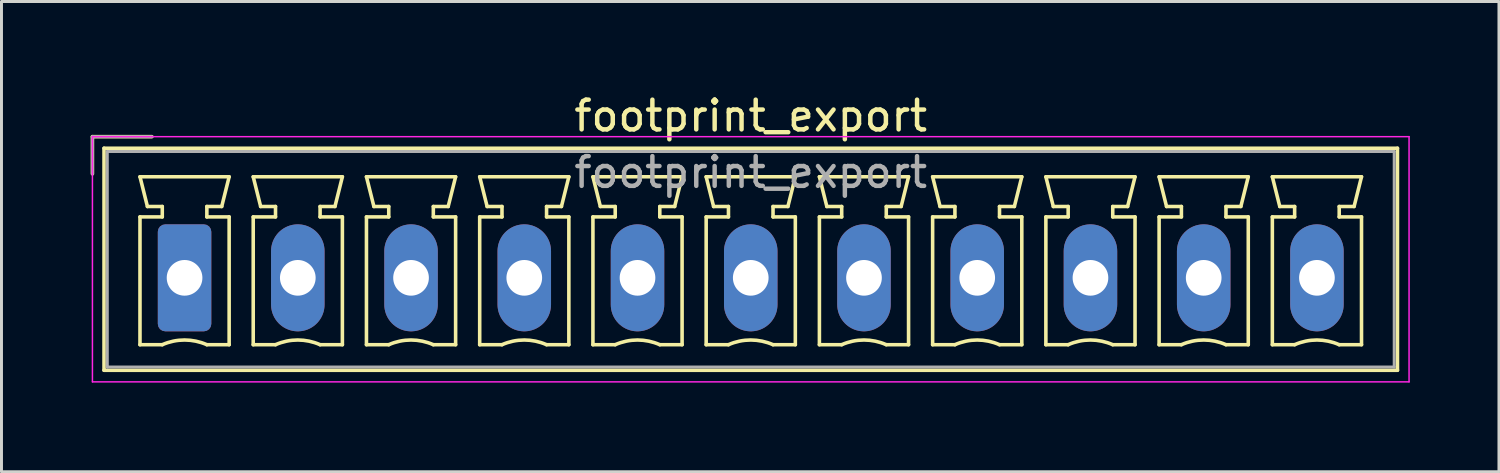
<source format=kicad_pcb>
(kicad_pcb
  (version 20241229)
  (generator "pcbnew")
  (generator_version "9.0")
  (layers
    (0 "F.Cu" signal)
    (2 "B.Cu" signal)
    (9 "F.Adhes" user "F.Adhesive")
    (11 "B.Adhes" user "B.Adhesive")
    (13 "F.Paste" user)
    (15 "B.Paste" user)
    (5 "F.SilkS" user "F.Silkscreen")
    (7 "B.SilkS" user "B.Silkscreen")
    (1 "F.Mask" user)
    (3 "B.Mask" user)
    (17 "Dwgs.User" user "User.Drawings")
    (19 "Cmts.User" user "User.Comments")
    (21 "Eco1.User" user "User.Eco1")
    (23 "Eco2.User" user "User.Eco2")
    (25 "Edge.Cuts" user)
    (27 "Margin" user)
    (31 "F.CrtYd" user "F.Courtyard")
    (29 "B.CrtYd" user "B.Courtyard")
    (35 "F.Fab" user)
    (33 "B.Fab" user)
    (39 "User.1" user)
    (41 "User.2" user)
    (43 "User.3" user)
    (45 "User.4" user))
  (footprint "footprint_export"
    (layer "F.Cu")
    (at 3.16 6.298)
    (property "Reference" "footprint_export" (at 19.05 -5.45 0) (layer "F.SilkS") (effects (font (size 1 1) (thickness 0.15))))
    (attr through_hole)
    (fp_line (start -3.1 -4.75) (end -1.1 -4.75) (stroke (width 0.12) (type solid)) (layer "F.SilkS"))
    (fp_line (start -3.1 -3.5) (end -3.1 -4.75) (stroke (width 0.12) (type solid)) (layer "F.SilkS"))
    (fp_line (start -2.71 -4.36) (end -2.71 3.11) (stroke (width 0.12) (type solid)) (layer "F.SilkS"))
    (fp_line (start -2.71 3.11) (end 40.81 3.11) (stroke (width 0.12) (type solid)) (layer "F.SilkS"))
    (fp_line (start -1.5 -3.4) (end 1.5 -3.4) (stroke (width 0.12) (type solid)) (layer "F.SilkS"))
    (fp_line (start -1.5 -2.05) (end -0.75 -2.05) (stroke (width 0.12) (type solid)) (layer "F.SilkS"))
    (fp_line (start -1.5 2.25) (end -1.5 -2.05) (stroke (width 0.12) (type solid)) (layer "F.SilkS"))
    (fp_line (start -1.25 -2.4) (end -1.5 -3.4) (stroke (width 0.12) (type solid)) (layer "F.SilkS"))
    (fp_line (start -0.75 -2.4) (end -1.25 -2.4) (stroke (width 0.12) (type solid)) (layer "F.SilkS"))
    (fp_line (start -0.75 -2.05) (end -0.75 -2.4) (stroke (width 0.12) (type solid)) (layer "F.SilkS"))
    (fp_line (start -0.75 2.25) (end -1.5 2.25) (stroke (width 0.12) (type solid)) (layer "F.SilkS"))
    (fp_line (start 0.75 -2.4) (end 0.75 -2.05) (stroke (width 0.12) (type solid)) (layer "F.SilkS"))
    (fp_line (start 0.75 -2.05) (end 1.5 -2.05) (stroke (width 0.12) (type solid)) (layer "F.SilkS"))
    (fp_line (start 1.25 -2.4) (end 0.75 -2.4) (stroke (width 0.12) (type solid)) (layer "F.SilkS"))
    (fp_line (start 1.5 -3.4) (end 1.25 -2.4) (stroke (width 0.12) (type solid)) (layer "F.SilkS"))
    (fp_line (start 1.5 -2.05) (end 1.5 2.25) (stroke (width 0.12) (type solid)) (layer "F.SilkS"))
    (fp_line (start 1.5 2.25) (end 0.75 2.25) (stroke (width 0.12) (type solid)) (layer "F.SilkS"))
    (fp_line (start 2.31 -3.4) (end 5.31 -3.4) (stroke (width 0.12) (type solid)) (layer "F.SilkS"))
    (fp_line (start 2.31 -2.05) (end 3.06 -2.05) (stroke (width 0.12) (type solid)) (layer "F.SilkS"))
    (fp_line (start 2.31 2.25) (end 2.31 -2.05) (stroke (width 0.12) (type solid)) (layer "F.SilkS"))
    (fp_line (start 2.56 -2.4) (end 2.31 -3.4) (stroke (width 0.12) (type solid)) (layer "F.SilkS"))
    (fp_line (start 3.06 -2.4) (end 2.56 -2.4) (stroke (width 0.12) (type solid)) (layer "F.SilkS"))
    (fp_line (start 3.06 -2.05) (end 3.06 -2.4) (stroke (width 0.12) (type solid)) (layer "F.SilkS"))
    (fp_line (start 3.06 2.25) (end 2.31 2.25) (stroke (width 0.12) (type solid)) (layer "F.SilkS"))
    (fp_line (start 4.56 -2.4) (end 4.56 -2.05) (stroke (width 0.12) (type solid)) (layer "F.SilkS"))
    (fp_line (start 4.56 -2.05) (end 5.31 -2.05) (stroke (width 0.12) (type solid)) (layer "F.SilkS"))
    (fp_line (start 5.06 -2.4) (end 4.56 -2.4) (stroke (width 0.12) (type solid)) (layer "F.SilkS"))
    (fp_line (start 5.31 -3.4) (end 5.06 -2.4) (stroke (width 0.12) (type solid)) (layer "F.SilkS"))
    (fp_line (start 5.31 -2.05) (end 5.31 2.25) (stroke (width 0.12) (type solid)) (layer "F.SilkS"))
    (fp_line (start 5.31 2.25) (end 4.56 2.25) (stroke (width 0.12) (type solid)) (layer "F.SilkS"))
    (fp_line (start 6.12 -3.4) (end 9.12 -3.4) (stroke (width 0.12) (type solid)) (layer "F.SilkS"))
    (fp_line (start 6.12 -2.05) (end 6.87 -2.05) (stroke (width 0.12) (type solid)) (layer "F.SilkS"))
    (fp_line (start 6.12 2.25) (end 6.12 -2.05) (stroke (width 0.12) (type solid)) (layer "F.SilkS"))
    (fp_line (start 6.37 -2.4) (end 6.12 -3.4) (stroke (width 0.12) (type solid)) (layer "F.SilkS"))
    (fp_line (start 6.87 -2.4) (end 6.37 -2.4) (stroke (width 0.12) (type solid)) (layer "F.SilkS"))
    (fp_line (start 6.87 -2.05) (end 6.87 -2.4) (stroke (width 0.12) (type solid)) (layer "F.SilkS"))
    (fp_line (start 6.87 2.25) (end 6.12 2.25) (stroke (width 0.12) (type solid)) (layer "F.SilkS"))
    (fp_line (start 8.37 -2.4) (end 8.37 -2.05) (stroke (width 0.12) (type solid)) (layer "F.SilkS"))
    (fp_line (start 8.37 -2.05) (end 9.12 -2.05) (stroke (width 0.12) (type solid)) (layer "F.SilkS"))
    (fp_line (start 8.87 -2.4) (end 8.37 -2.4) (stroke (width 0.12) (type solid)) (layer "F.SilkS"))
    (fp_line (start 9.12 -3.4) (end 8.87 -2.4) (stroke (width 0.12) (type solid)) (layer "F.SilkS"))
    (fp_line (start 9.12 -2.05) (end 9.12 2.25) (stroke (width 0.12) (type solid)) (layer "F.SilkS"))
    (fp_line (start 9.12 2.25) (end 8.37 2.25) (stroke (width 0.12) (type solid)) (layer "F.SilkS"))
    (fp_line (start 9.93 -3.4) (end 12.93 -3.4) (stroke (width 0.12) (type solid)) (layer "F.SilkS"))
    (fp_line (start 9.93 -2.05) (end 10.68 -2.05) (stroke (width 0.12) (type solid)) (layer "F.SilkS"))
    (fp_line (start 9.93 2.25) (end 9.93 -2.05) (stroke (width 0.12) (type solid)) (layer "F.SilkS"))
    (fp_line (start 10.18 -2.4) (end 9.93 -3.4) (stroke (width 0.12) (type solid)) (layer "F.SilkS"))
    (fp_line (start 10.68 -2.4) (end 10.18 -2.4) (stroke (width 0.12) (type solid)) (layer "F.SilkS"))
    (fp_line (start 10.68 -2.05) (end 10.68 -2.4) (stroke (width 0.12) (type solid)) (layer "F.SilkS"))
    (fp_line (start 10.68 2.25) (end 9.93 2.25) (stroke (width 0.12) (type solid)) (layer "F.SilkS"))
    (fp_line (start 12.18 -2.4) (end 12.18 -2.05) (stroke (width 0.12) (type solid)) (layer "F.SilkS"))
    (fp_line (start 12.18 -2.05) (end 12.93 -2.05) (stroke (width 0.12) (type solid)) (layer "F.SilkS"))
    (fp_line (start 12.68 -2.4) (end 12.18 -2.4) (stroke (width 0.12) (type solid)) (layer "F.SilkS"))
    (fp_line (start 12.93 -3.4) (end 12.68 -2.4) (stroke (width 0.12) (type solid)) (layer "F.SilkS"))
    (fp_line (start 12.93 -2.05) (end 12.93 2.25) (stroke (width 0.12) (type solid)) (layer "F.SilkS"))
    (fp_line (start 12.93 2.25) (end 12.18 2.25) (stroke (width 0.12) (type solid)) (layer "F.SilkS"))
    (fp_line (start 13.74 -3.4) (end 16.74 -3.4) (stroke (width 0.12) (type solid)) (layer "F.SilkS"))
    (fp_line (start 13.74 -2.05) (end 14.49 -2.05) (stroke (width 0.12) (type solid)) (layer "F.SilkS"))
    (fp_line (start 13.74 2.25) (end 13.74 -2.05) (stroke (width 0.12) (type solid)) (layer "F.SilkS"))
    (fp_line (start 13.99 -2.4) (end 13.74 -3.4) (stroke (width 0.12) (type solid)) (layer "F.SilkS"))
    (fp_line (start 14.49 -2.4) (end 13.99 -2.4) (stroke (width 0.12) (type solid)) (layer "F.SilkS"))
    (fp_line (start 14.49 -2.05) (end 14.49 -2.4) (stroke (width 0.12) (type solid)) (layer "F.SilkS"))
    (fp_line (start 14.49 2.25) (end 13.74 2.25) (stroke (width 0.12) (type solid)) (layer "F.SilkS"))
    (fp_line (start 15.99 -2.4) (end 15.99 -2.05) (stroke (width 0.12) (type solid)) (layer "F.SilkS"))
    (fp_line (start 15.99 -2.05) (end 16.74 -2.05) (stroke (width 0.12) (type solid)) (layer "F.SilkS"))
    (fp_line (start 16.49 -2.4) (end 15.99 -2.4) (stroke (width 0.12) (type solid)) (layer "F.SilkS"))
    (fp_line (start 16.74 -3.4) (end 16.49 -2.4) (stroke (width 0.12) (type solid)) (layer "F.SilkS"))
    (fp_line (start 16.74 -2.05) (end 16.74 2.25) (stroke (width 0.12) (type solid)) (layer "F.SilkS"))
    (fp_line (start 16.74 2.25) (end 15.99 2.25) (stroke (width 0.12) (type solid)) (layer "F.SilkS"))
    (fp_line (start 17.55 -3.4) (end 20.55 -3.4) (stroke (width 0.12) (type solid)) (layer "F.SilkS"))
    (fp_line (start 17.55 -2.05) (end 18.3 -2.05) (stroke (width 0.12) (type solid)) (layer "F.SilkS"))
    (fp_line (start 17.55 2.25) (end 17.55 -2.05) (stroke (width 0.12) (type solid)) (layer "F.SilkS"))
    (fp_line (start 17.8 -2.4) (end 17.55 -3.4) (stroke (width 0.12) (type solid)) (layer "F.SilkS"))
    (fp_line (start 18.3 -2.4) (end 17.8 -2.4) (stroke (width 0.12) (type solid)) (layer "F.SilkS"))
    (fp_line (start 18.3 -2.05) (end 18.3 -2.4) (stroke (width 0.12) (type solid)) (layer "F.SilkS"))
    (fp_line (start 18.3 2.25) (end 17.55 2.25) (stroke (width 0.12) (type solid)) (layer "F.SilkS"))
    (fp_line (start 19.8 -2.4) (end 19.8 -2.05) (stroke (width 0.12) (type solid)) (layer "F.SilkS"))
    (fp_line (start 19.8 -2.05) (end 20.55 -2.05) (stroke (width 0.12) (type solid)) (layer "F.SilkS"))
    (fp_line (start 20.3 -2.4) (end 19.8 -2.4) (stroke (width 0.12) (type solid)) (layer "F.SilkS"))
    (fp_line (start 20.55 -3.4) (end 20.3 -2.4) (stroke (width 0.12) (type solid)) (layer "F.SilkS"))
    (fp_line (start 20.55 -2.05) (end 20.55 2.25) (stroke (width 0.12) (type solid)) (layer "F.SilkS"))
    (fp_line (start 20.55 2.25) (end 19.8 2.25) (stroke (width 0.12) (type solid)) (layer "F.SilkS"))
    (fp_line (start 21.36 -3.4) (end 24.36 -3.4) (stroke (width 0.12) (type solid)) (layer "F.SilkS"))
    (fp_line (start 21.36 -2.05) (end 22.11 -2.05) (stroke (width 0.12) (type solid)) (layer "F.SilkS"))
    (fp_line (start 21.36 2.25) (end 21.36 -2.05) (stroke (width 0.12) (type solid)) (layer "F.SilkS"))
    (fp_line (start 21.61 -2.4) (end 21.36 -3.4) (stroke (width 0.12) (type solid)) (layer "F.SilkS"))
    (fp_line (start 22.11 -2.4) (end 21.61 -2.4) (stroke (width 0.12) (type solid)) (layer "F.SilkS"))
    (fp_line (start 22.11 -2.05) (end 22.11 -2.4) (stroke (width 0.12) (type solid)) (layer "F.SilkS"))
    (fp_line (start 22.11 2.25) (end 21.36 2.25) (stroke (width 0.12) (type solid)) (layer "F.SilkS"))
    (fp_line (start 23.61 -2.4) (end 23.61 -2.05) (stroke (width 0.12) (type solid)) (layer "F.SilkS"))
    (fp_line (start 23.61 -2.05) (end 24.36 -2.05) (stroke (width 0.12) (type solid)) (layer "F.SilkS"))
    (fp_line (start 24.11 -2.4) (end 23.61 -2.4) (stroke (width 0.12) (type solid)) (layer "F.SilkS"))
    (fp_line (start 24.36 -3.4) (end 24.11 -2.4) (stroke (width 0.12) (type solid)) (layer "F.SilkS"))
    (fp_line (start 24.36 -2.05) (end 24.36 2.25) (stroke (width 0.12) (type solid)) (layer "F.SilkS"))
    (fp_line (start 24.36 2.25) (end 23.61 2.25) (stroke (width 0.12) (type solid)) (layer "F.SilkS"))
    (fp_line (start 25.17 -3.4) (end 28.17 -3.4) (stroke (width 0.12) (type solid)) (layer "F.SilkS"))
    (fp_line (start 25.17 -2.05) (end 25.92 -2.05) (stroke (width 0.12) (type solid)) (layer "F.SilkS"))
    (fp_line (start 25.17 2.25) (end 25.17 -2.05) (stroke (width 0.12) (type solid)) (layer "F.SilkS"))
    (fp_line (start 25.42 -2.4) (end 25.17 -3.4) (stroke (width 0.12) (type solid)) (layer "F.SilkS"))
    (fp_line (start 25.92 -2.4) (end 25.42 -2.4) (stroke (width 0.12) (type solid)) (layer "F.SilkS"))
    (fp_line (start 25.92 -2.05) (end 25.92 -2.4) (stroke (width 0.12) (type solid)) (layer "F.SilkS"))
    (fp_line (start 25.92 2.25) (end 25.17 2.25) (stroke (width 0.12) (type solid)) (layer "F.SilkS"))
    (fp_line (start 27.42 -2.4) (end 27.42 -2.05) (stroke (width 0.12) (type solid)) (layer "F.SilkS"))
    (fp_line (start 27.42 -2.05) (end 28.17 -2.05) (stroke (width 0.12) (type solid)) (layer "F.SilkS"))
    (fp_line (start 27.92 -2.4) (end 27.42 -2.4) (stroke (width 0.12) (type solid)) (layer "F.SilkS"))
    (fp_line (start 28.17 -3.4) (end 27.92 -2.4) (stroke (width 0.12) (type solid)) (layer "F.SilkS"))
    (fp_line (start 28.17 -2.05) (end 28.17 2.25) (stroke (width 0.12) (type solid)) (layer "F.SilkS"))
    (fp_line (start 28.17 2.25) (end 27.42 2.25) (stroke (width 0.12) (type solid)) (layer "F.SilkS"))
    (fp_line (start 28.98 -3.4) (end 31.98 -3.4) (stroke (width 0.12) (type solid)) (layer "F.SilkS"))
    (fp_line (start 28.98 -2.05) (end 29.73 -2.05) (stroke (width 0.12) (type solid)) (layer "F.SilkS"))
    (fp_line (start 28.98 2.25) (end 28.98 -2.05) (stroke (width 0.12) (type solid)) (layer "F.SilkS"))
    (fp_line (start 29.23 -2.4) (end 28.98 -3.4) (stroke (width 0.12) (type solid)) (layer "F.SilkS"))
    (fp_line (start 29.73 -2.4) (end 29.23 -2.4) (stroke (width 0.12) (type solid)) (layer "F.SilkS"))
    (fp_line (start 29.73 -2.05) (end 29.73 -2.4) (stroke (width 0.12) (type solid)) (layer "F.SilkS"))
    (fp_line (start 29.73 2.25) (end 28.98 2.25) (stroke (width 0.12) (type solid)) (layer "F.SilkS"))
    (fp_line (start 31.23 -2.4) (end 31.23 -2.05) (stroke (width 0.12) (type solid)) (layer "F.SilkS"))
    (fp_line (start 31.23 -2.05) (end 31.98 -2.05) (stroke (width 0.12) (type solid)) (layer "F.SilkS"))
    (fp_line (start 31.73 -2.4) (end 31.23 -2.4) (stroke (width 0.12) (type solid)) (layer "F.SilkS"))
    (fp_line (start 31.98 -3.4) (end 31.73 -2.4) (stroke (width 0.12) (type solid)) (layer "F.SilkS"))
    (fp_line (start 31.98 -2.05) (end 31.98 2.25) (stroke (width 0.12) (type solid)) (layer "F.SilkS"))
    (fp_line (start 31.98 2.25) (end 31.23 2.25) (stroke (width 0.12) (type solid)) (layer "F.SilkS"))
    (fp_line (start 32.79 -3.4) (end 35.79 -3.4) (stroke (width 0.12) (type solid)) (layer "F.SilkS"))
    (fp_line (start 32.79 -2.05) (end 33.54 -2.05) (stroke (width 0.12) (type solid)) (layer "F.SilkS"))
    (fp_line (start 32.79 2.25) (end 32.79 -2.05) (stroke (width 0.12) (type solid)) (layer "F.SilkS"))
    (fp_line (start 33.04 -2.4) (end 32.79 -3.4) (stroke (width 0.12) (type solid)) (layer "F.SilkS"))
    (fp_line (start 33.54 -2.4) (end 33.04 -2.4) (stroke (width 0.12) (type solid)) (layer "F.SilkS"))
    (fp_line (start 33.54 -2.05) (end 33.54 -2.4) (stroke (width 0.12) (type solid)) (layer "F.SilkS"))
    (fp_line (start 33.54 2.25) (end 32.79 2.25) (stroke (width 0.12) (type solid)) (layer "F.SilkS"))
    (fp_line (start 35.04 -2.4) (end 35.04 -2.05) (stroke (width 0.12) (type solid)) (layer "F.SilkS"))
    (fp_line (start 35.04 -2.05) (end 35.79 -2.05) (stroke (width 0.12) (type solid)) (layer "F.SilkS"))
    (fp_line (start 35.54 -2.4) (end 35.04 -2.4) (stroke (width 0.12) (type solid)) (layer "F.SilkS"))
    (fp_line (start 35.79 -3.4) (end 35.54 -2.4) (stroke (width 0.12) (type solid)) (layer "F.SilkS"))
    (fp_line (start 35.79 -2.05) (end 35.79 2.25) (stroke (width 0.12) (type solid)) (layer "F.SilkS"))
    (fp_line (start 35.79 2.25) (end 35.04 2.25) (stroke (width 0.12) (type solid)) (layer "F.SilkS"))
    (fp_line (start 36.6 -3.4) (end 39.6 -3.4) (stroke (width 0.12) (type solid)) (layer "F.SilkS"))
    (fp_line (start 36.6 -2.05) (end 37.35 -2.05) (stroke (width 0.12) (type solid)) (layer "F.SilkS"))
    (fp_line (start 36.6 2.25) (end 36.6 -2.05) (stroke (width 0.12) (type solid)) (layer "F.SilkS"))
    (fp_line (start 36.85 -2.4) (end 36.6 -3.4) (stroke (width 0.12) (type solid)) (layer "F.SilkS"))
    (fp_line (start 37.35 -2.4) (end 36.85 -2.4) (stroke (width 0.12) (type solid)) (layer "F.SilkS"))
    (fp_line (start 37.35 -2.05) (end 37.35 -2.4) (stroke (width 0.12) (type solid)) (layer "F.SilkS"))
    (fp_line (start 37.35 2.25) (end 36.6 2.25) (stroke (width 0.12) (type solid)) (layer "F.SilkS"))
    (fp_line (start 38.85 -2.4) (end 38.85 -2.05) (stroke (width 0.12) (type solid)) (layer "F.SilkS"))
    (fp_line (start 38.85 -2.05) (end 39.6 -2.05) (stroke (width 0.12) (type solid)) (layer "F.SilkS"))
    (fp_line (start 39.35 -2.4) (end 38.85 -2.4) (stroke (width 0.12) (type solid)) (layer "F.SilkS"))
    (fp_line (start 39.6 -3.4) (end 39.35 -2.4) (stroke (width 0.12) (type solid)) (layer "F.SilkS"))
    (fp_line (start 39.6 -2.05) (end 39.6 2.25) (stroke (width 0.12) (type solid)) (layer "F.SilkS"))
    (fp_line (start 39.6 2.25) (end 38.85 2.25) (stroke (width 0.12) (type solid)) (layer "F.SilkS"))
    (fp_line (start 40.81 -4.36) (end -2.71 -4.36) (stroke (width 0.12) (type solid)) (layer "F.SilkS"))
    (fp_line (start 40.81 3.11) (end 40.81 -4.36) (stroke (width 0.12) (type solid)) (layer "F.SilkS"))
    (fp_arc (start -0.75 2.25) (mid -0.000193 2.09191) (end 0.749647 2.249844) (stroke (width 0.12) (type solid)) (layer "F.SilkS"))
    (fp_arc (start 3.06 2.25) (mid 3.809807 2.09191) (end 4.559647 2.249844) (stroke (width 0.12) (type solid)) (layer "F.SilkS"))
    (fp_arc (start 6.87 2.25) (mid 7.619807 2.09191) (end 8.369647 2.249844) (stroke (width 0.12) (type solid)) (layer "F.SilkS"))
    (fp_arc (start 10.68 2.25) (mid 11.429807 2.09191) (end 12.179647 2.249844) (stroke (width 0.12) (type solid)) (layer "F.SilkS"))
    (fp_arc (start 14.49 2.25) (mid 15.239807 2.09191) (end 15.989647 2.249844) (stroke (width 0.12) (type solid)) (layer "F.SilkS"))
    (fp_arc (start 18.3 2.25) (mid 19.049807 2.09191) (end 19.799647 2.249844) (stroke (width 0.12) (type solid)) (layer "F.SilkS"))
    (fp_arc (start 22.11 2.25) (mid 22.859807 2.09191) (end 23.609647 2.249844) (stroke (width 0.12) (type solid)) (layer "F.SilkS"))
    (fp_arc (start 25.92 2.25) (mid 26.669807 2.09191) (end 27.419647 2.249844) (stroke (width 0.12) (type solid)) (layer "F.SilkS"))
    (fp_arc (start 29.73 2.25) (mid 30.479807 2.09191) (end 31.229647 2.249844) (stroke (width 0.12) (type solid)) (layer "F.SilkS"))
    (fp_arc (start 33.54 2.25) (mid 34.289807 2.09191) (end 35.039647 2.249844) (stroke (width 0.12) (type solid)) (layer "F.SilkS"))
    (fp_arc (start 37.35 2.25) (mid 38.099807 2.09191) (end 38.849647 2.249844) (stroke (width 0.12) (type solid)) (layer "F.SilkS"))
    (fp_line (start -3.1 -4.75) (end -3.1 3.5) (stroke (width 0.05) (type solid)) (layer "F.CrtYd"))
    (fp_line (start -3.1 3.5) (end 41.2 3.5) (stroke (width 0.05) (type solid)) (layer "F.CrtYd"))
    (fp_line (start 41.2 -4.75) (end -3.1 -4.75) (stroke (width 0.05) (type solid)) (layer "F.CrtYd"))
    (fp_line (start 41.2 3.5) (end 41.2 -4.75) (stroke (width 0.05) (type solid)) (layer "F.CrtYd"))
    (fp_line (start -3.1 -4.75) (end -1.1 -4.75) (stroke (width 0.1) (type solid)) (layer "F.Fab"))
    (fp_line (start -3.1 -3.5) (end -3.1 -4.75) (stroke (width 0.1) (type solid)) (layer "F.Fab"))
    (fp_line (start -2.6 -4.25) (end -2.6 3) (stroke (width 0.1) (type solid)) (layer "F.Fab"))
    (fp_line (start -2.6 3) (end 40.7 3) (stroke (width 0.1) (type solid)) (layer "F.Fab"))
    (fp_line (start 40.7 -4.25) (end -2.6 -4.25) (stroke (width 0.1) (type solid)) (layer "F.Fab"))
    (fp_line (start 40.7 3) (end 40.7 -4.25) (stroke (width 0.1) (type solid)) (layer "F.Fab"))
    (fp_text user "${REFERENCE}" (at 19.05 -3.55 0) (layer "F.Fab") (effects (font (size 1 1) (thickness 0.15))))
    (pad "1" thru_hole roundrect (at 0 0) (size 1.8 3.6) (drill 1.2) (layers "*.Cu" "*.Mask") (roundrect_rratio 0.139))
    (pad "2" thru_hole oval (at 3.81 0) (size 1.8 3.6) (drill 1.2) (layers "*.Cu" "*.Mask"))
    (pad "3" thru_hole oval (at 7.62 0) (size 1.8 3.6) (drill 1.2) (layers "*.Cu" "*.Mask"))
    (pad "4" thru_hole oval (at 11.43 0) (size 1.8 3.6) (drill 1.2) (layers "*.Cu" "*.Mask"))
    (pad "5" thru_hole oval (at 15.24 0) (size 1.8 3.6) (drill 1.2) (layers "*.Cu" "*.Mask"))
    (pad "6" thru_hole oval (at 19.05 0) (size 1.8 3.6) (drill 1.2) (layers "*.Cu" "*.Mask"))
    (pad "7" thru_hole oval (at 22.86 0) (size 1.8 3.6) (drill 1.2) (layers "*.Cu" "*.Mask"))
    (pad "8" thru_hole oval (at 26.67 0) (size 1.8 3.6) (drill 1.2) (layers "*.Cu" "*.Mask"))
    (pad "9" thru_hole oval (at 30.48 0) (size 1.8 3.6) (drill 1.2) (layers "*.Cu" "*.Mask"))
    (pad "10" thru_hole oval (at 34.29 0) (size 1.8 3.6) (drill 1.2) (layers "*.Cu" "*.Mask"))
    (pad "11" thru_hole oval (at 38.1 0) (size 1.8 3.6) (drill 1.2) (layers "*.Cu" "*.Mask")))
  (gr_rect
    (start -3 -3)
    (end 47.385 12.823)
    (stroke (width 0.1) (type default))
    (fill no)
    (layer "Edge.Cuts")))
</source>
